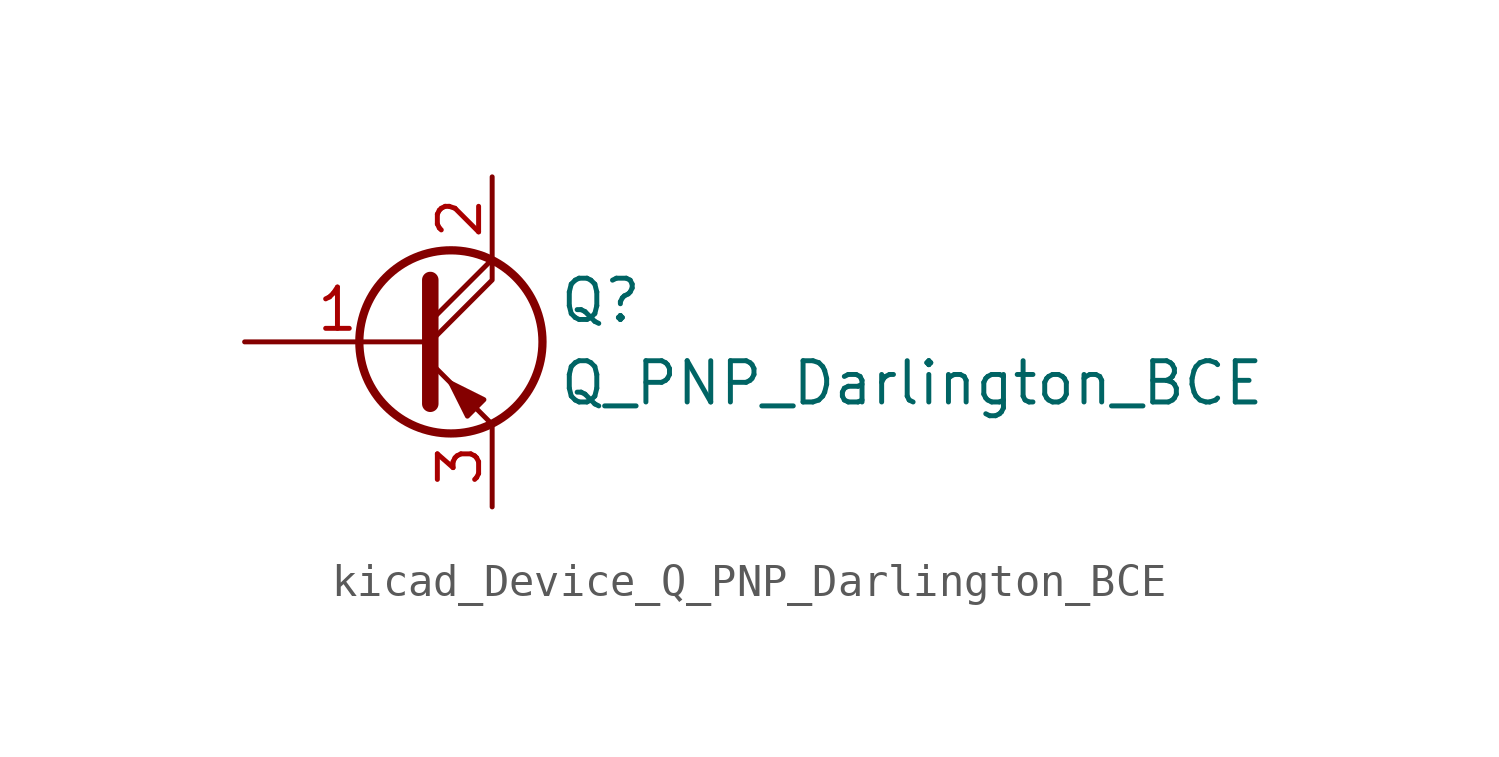
<source format=kicad_sym>
(kicad_symbol_lib
  (version 20220914)
  (generator kicad_symbol_editor)
  (symbol "kicad_Device_Q_PNP_Darlington_BCE"
    (pin_names
      (offset 0) hide)
    (property "Reference" "Q"
      (at 4.572 1.27 0)
      (effects (font (size 1.27 1.27)) (justify left)))
    (property "Value" "Q_PNP_Darlington_BCE"
      (at 4.572 -1.27 0)
      (effects (font (size 1.27 1.27)) (justify left)))
    (symbol "kicad_Device_Q_PNP_Darlington_BCE_0_1"
      (polyline (pts (xy 0.635 0.635) (xy 2.54 2.54)) (stroke (width 0) (type default)) (fill (type none)))
      (polyline (pts (xy 0.635 -0.635) (xy 2.54 -2.54) (xy 2.54 -2.54)) (stroke (width 0) (type default)) (fill (type none)))
      (polyline (pts (xy 0.635 0) (xy 2.54 1.905) (xy 2.54 2.54)) (stroke (width 0) (type default)) (fill (type none)))
      (polyline (pts (xy 0.635 1.905) (xy 0.635 -1.905) (xy 0.635 -1.905)) (stroke (width 0.508) (type default)) (fill (type none)))
      (polyline (pts (xy 2.286 -1.778) (xy 1.778 -2.286) (xy 1.27 -1.27) (xy 2.286 -1.778) (xy 2.286 -1.778)) (stroke (width 0) (type default)) (fill (type outline)))
      (circle (center 1.27 0) (radius 2.819) (stroke (width 0.254) (type default)) (fill (type none))))
    (symbol "kicad_Device_Q_PNP_Darlington_BCE_1_1"
      (pin input line (at -5.08 0 0) (length 5.715) (name "B" (effects (font (size 1.27 1.27)))) (number "1" (effects (font (size 1.27 1.27)))))
      (pin passive line (at 2.54 5.08 270) (length 2.54) (name "C" (effects (font (size 1.27 1.27)))) (number "2" (effects (font (size 1.27 1.27)))))
      (pin passive line (at 2.54 -5.08 90) (length 2.54) (name "E" (effects (font (size 1.27 1.27)))) (number "3" (effects (font (size 1.27 1.27))))))))
</source>
